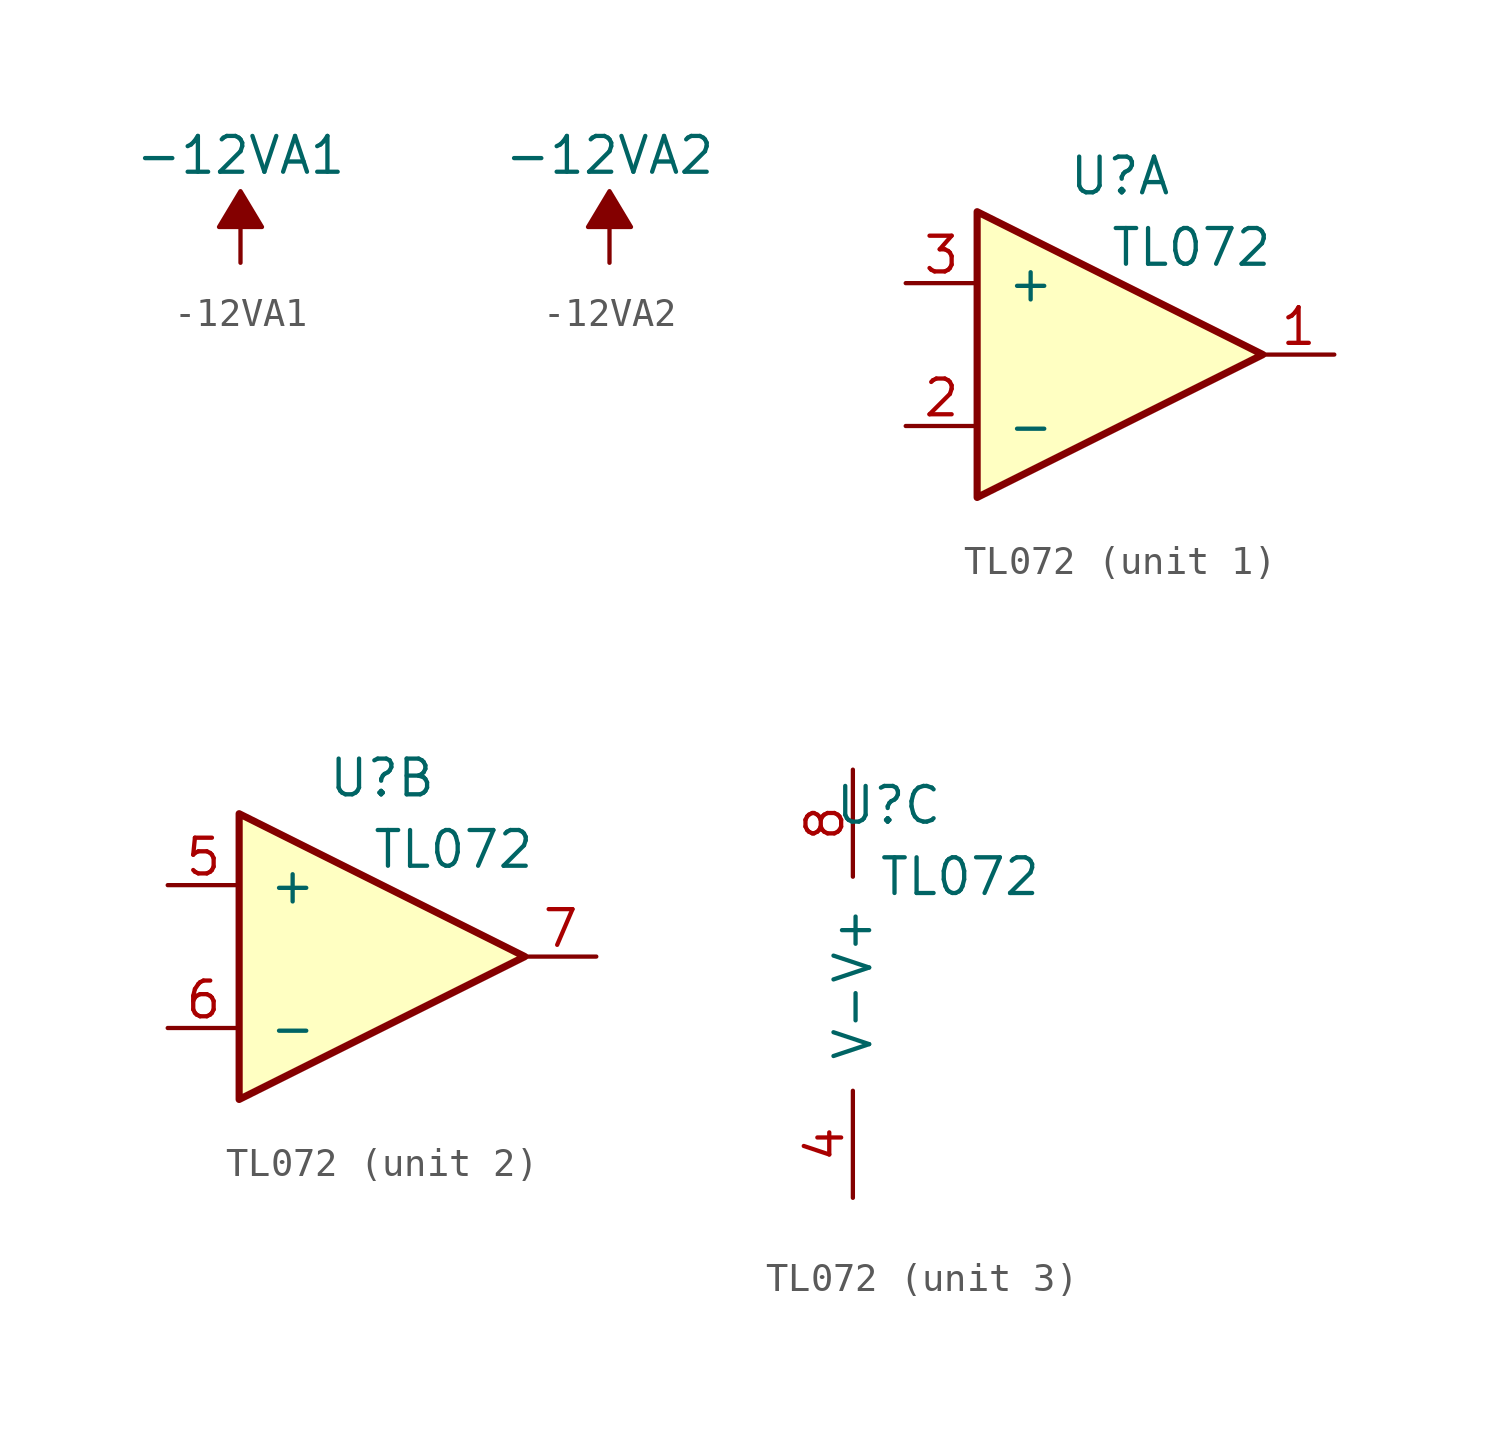
<source format=kicad_sym>
(kicad_symbol_lib
  (version 20220914)
  (generator kicad_symbol_editor)
  (symbol "-12VA1"
    (power)
    (property "Reference" "#PWR"
      (at 0 -2.54 0)
      (effects (font (size 1.27 1.27)) hide))
    (property "Value" "-12VA1"
      (at 0 3.81 0)
      (effects (font (size 1.27 1.27))))
    (symbol "-12VA1_0_1"
      (polyline (pts (xy 0 0) (xy 0 1.27) (xy 0.762 1.27) (xy 0 2.54) (xy -0.762 1.27) (xy 0 1.27)) (stroke (width 0) (type default)) (fill (type outline))))
    (symbol "-12VA1_1_0"
      (pin power_in line (at 0 0 90) (length 0) hide (name "-12VA1" (effects (font (size 1.27 1.27)))) (number "1" (effects (font (size 1.27 1.27)))))))
  (symbol "-12VA2"
    (power)
    (property "Reference" "#PWR"
      (at 0 -2.54 0)
      (effects (font (size 1.27 1.27)) hide))
    (property "Value" "-12VA2"
      (at 0 3.81 0)
      (effects (font (size 1.27 1.27))))
    (symbol "-12VA2_0_1"
      (polyline (pts (xy 0 0) (xy 0 1.27) (xy 0.762 1.27) (xy 0 2.54) (xy -0.762 1.27) (xy 0 1.27)) (stroke (width 0) (type default)) (fill (type outline))))
    (symbol "-12VA2_1_0"
      (pin power_in line (at 0 0 90) (length 0) hide (name "-12VA2" (effects (font (size 1.27 1.27)))) (number "1" (effects (font (size 1.27 1.27)))))))
  (symbol "TL072"
    (pin_names
      (offset 1.016))
    (property "Reference" "U"
      (at 1.27 6.35 0)
      (effects (font (size 1.27 1.27))))
    (property "Value" "TL072"
      (at 3.81 3.81 0)
      (effects (font (size 1.27 1.27))))
    (symbol "TL072_1_1"
      (polyline (pts (xy -3.81 5.08) (xy 6.35 0) (xy -3.81 -5.08) (xy -3.81 5.08)) (stroke (width 0.254) (type solid)) (fill (type background)))
      (pin output line (at 8.89 0 180) (length 2.54) (name "~" (effects (font (size 1.27 1.27)))) (number "1" (effects (font (size 1.27 1.27)))))
      (pin input line (at -6.35 -2.54 0) (length 2.54) (name "-" (effects (font (size 1.27 1.27)))) (number "2" (effects (font (size 1.27 1.27)))))
      (pin input line (at -6.35 2.54 0) (length 2.54) (name "+" (effects (font (size 1.27 1.27)))) (number "3" (effects (font (size 1.27 1.27))))))
    (symbol "TL072_2_1"
      (polyline (pts (xy -3.81 5.08) (xy 6.35 0) (xy -3.81 -5.08) (xy -3.81 5.08)) (stroke (width 0.254) (type solid)) (fill (type background)))
      (pin input line (at -6.35 2.54 0) (length 2.54) (name "+" (effects (font (size 1.27 1.27)))) (number "5" (effects (font (size 1.27 1.27)))))
      (pin input line (at -6.35 -2.54 0) (length 2.54) (name "-" (effects (font (size 1.27 1.27)))) (number "6" (effects (font (size 1.27 1.27)))))
      (pin output line (at 8.89 0 180) (length 2.54) (name "~" (effects (font (size 1.27 1.27)))) (number "7" (effects (font (size 1.27 1.27))))))
    (symbol "TL072_3_1"
      (pin power_in line (at 0 -7.62 90) (length 3.81) (name "V-" (effects (font (size 1.27 1.27)))) (number "4" (effects (font (size 1.27 1.27)))))
      (pin power_in line (at 0 7.62 270) (length 3.81) (name "V+" (effects (font (size 1.27 1.27)))) (number "8" (effects (font (size 1.27 1.27))))))))
</source>
